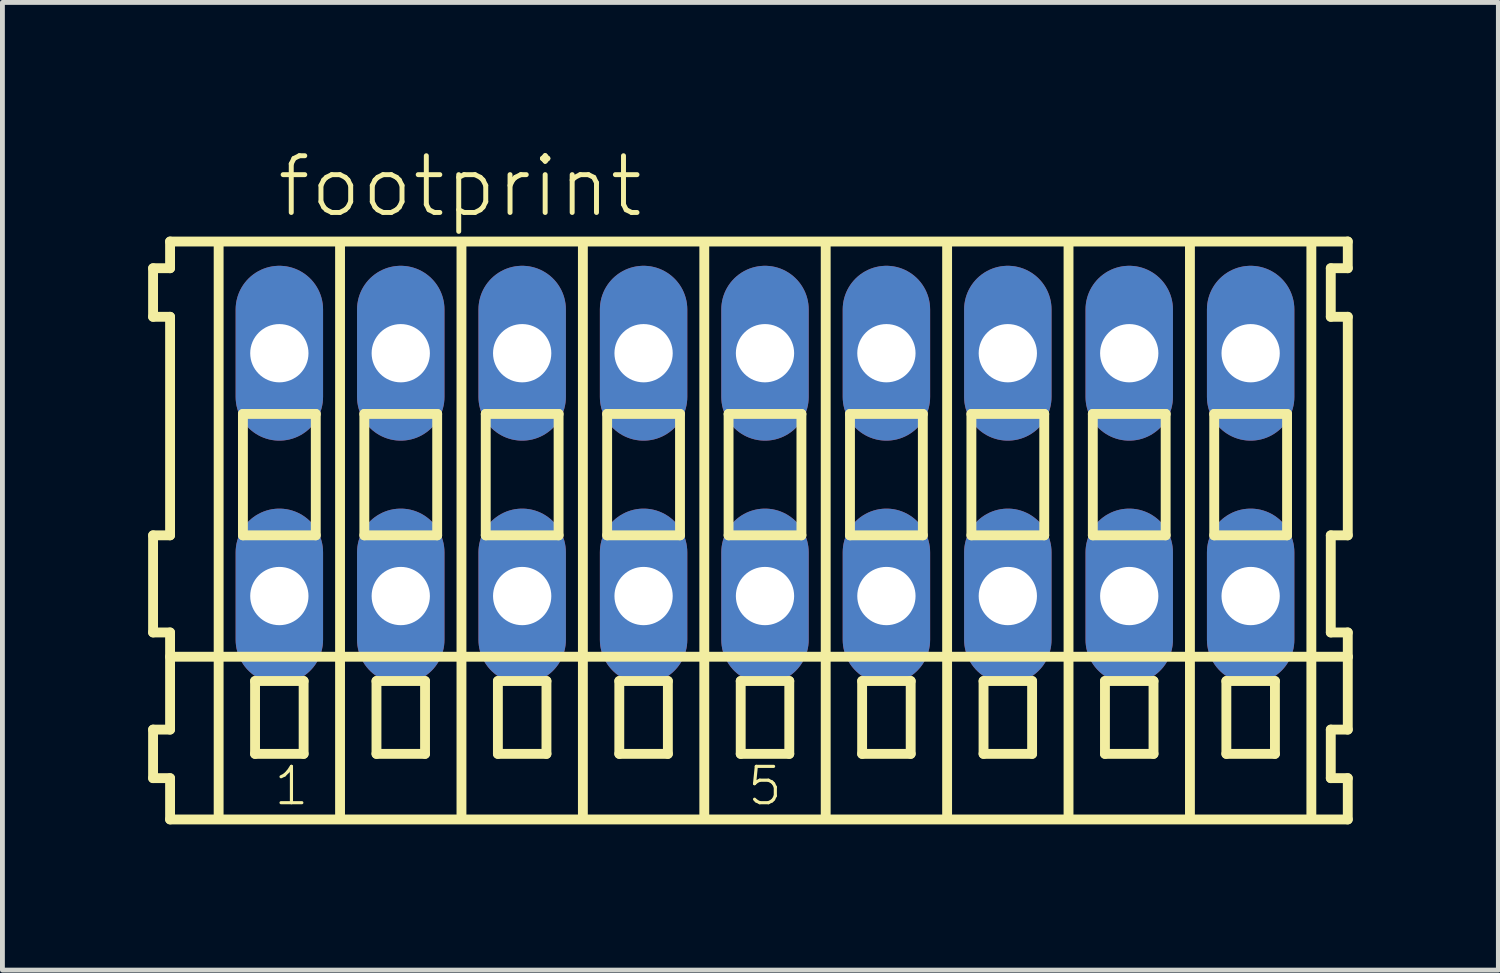
<source format=kicad_pcb>
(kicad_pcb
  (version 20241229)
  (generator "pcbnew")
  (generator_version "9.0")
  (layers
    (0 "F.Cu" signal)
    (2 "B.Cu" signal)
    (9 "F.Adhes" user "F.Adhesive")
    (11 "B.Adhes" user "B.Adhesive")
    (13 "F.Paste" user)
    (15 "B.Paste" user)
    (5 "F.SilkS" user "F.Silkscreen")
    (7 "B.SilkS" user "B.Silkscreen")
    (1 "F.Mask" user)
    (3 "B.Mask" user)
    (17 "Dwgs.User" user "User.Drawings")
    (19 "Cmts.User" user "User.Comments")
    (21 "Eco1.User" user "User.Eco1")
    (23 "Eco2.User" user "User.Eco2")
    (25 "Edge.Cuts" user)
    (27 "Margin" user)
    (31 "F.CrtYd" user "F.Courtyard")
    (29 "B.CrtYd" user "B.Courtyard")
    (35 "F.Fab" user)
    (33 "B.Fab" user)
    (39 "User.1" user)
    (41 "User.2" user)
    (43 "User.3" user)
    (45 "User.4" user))
  (footprint "footprint"
    (layer "F.Cu")
    (at 12.702 6.723)
    (property "Reference" "footprint" (at -10.1 -5.25 0) (layer "F.SilkS") (effects (font (size 1.168 1.168) (thickness 0.102)) (justify left bottom)))
    (fp_line (start -12.6 -4.25) (end -12.6 -3.25) (stroke (width 0.203) (type solid)) (layer "F.SilkS"))
    (fp_line (start -12.6 -3.25) (end -12.25 -3.25) (stroke (width 0.203) (type solid)) (layer "F.SilkS"))
    (fp_line (start -12.6 1.25) (end -12.6 3.25) (stroke (width 0.203) (type solid)) (layer "F.SilkS"))
    (fp_line (start -12.6 3.25) (end -12.25 3.25) (stroke (width 0.203) (type solid)) (layer "F.SilkS"))
    (fp_line (start -12.6 5.25) (end -12.6 6.25) (stroke (width 0.203) (type solid)) (layer "F.SilkS"))
    (fp_line (start -12.6 6.25) (end -12.25 6.25) (stroke (width 0.203) (type solid)) (layer "F.SilkS"))
    (fp_line (start -12.25 -4.8) (end -12.25 -4.25) (stroke (width 0.203) (type solid)) (layer "F.SilkS"))
    (fp_line (start -12.25 -4.25) (end -12.6 -4.25) (stroke (width 0.203) (type solid)) (layer "F.SilkS"))
    (fp_line (start -12.25 -3.25) (end -12.25 1.25) (stroke (width 0.203) (type solid)) (layer "F.SilkS"))
    (fp_line (start -12.25 1.25) (end -12.6 1.25) (stroke (width 0.203) (type solid)) (layer "F.SilkS"))
    (fp_line (start -12.25 3.25) (end -12.25 5.25) (stroke (width 0.203) (type solid)) (layer "F.SilkS"))
    (fp_line (start -12.25 3.75) (end 12 3.75) (stroke (width 0.203) (type solid)) (layer "F.SilkS"))
    (fp_line (start -12.25 5.25) (end -12.6 5.25) (stroke (width 0.203) (type solid)) (layer "F.SilkS"))
    (fp_line (start -12.25 6.25) (end -12.25 7.1) (stroke (width 0.203) (type solid)) (layer "F.SilkS"))
    (fp_line (start -12.25 7.1) (end 12 7.1) (stroke (width 0.203) (type solid)) (layer "F.SilkS"))
    (fp_line (start -11.25 -4.75) (end -11.25 7) (stroke (width 0.203) (type solid)) (layer "F.SilkS"))
    (fp_line (start -10.75 -1.25) (end -10.75 1.25) (stroke (width 0.203) (type solid)) (layer "F.SilkS"))
    (fp_line (start -10.75 1.25) (end -9.25 1.25) (stroke (width 0.203) (type solid)) (layer "F.SilkS"))
    (fp_line (start -10.5 4.25) (end -10.5 5.75) (stroke (width 0.203) (type solid)) (layer "F.SilkS"))
    (fp_line (start -10.5 5.75) (end -9.5 5.75) (stroke (width 0.203) (type solid)) (layer "F.SilkS"))
    (fp_line (start -9.5 4.25) (end -10.5 4.25) (stroke (width 0.203) (type solid)) (layer "F.SilkS"))
    (fp_line (start -9.5 5.75) (end -9.5 4.25) (stroke (width 0.203) (type solid)) (layer "F.SilkS"))
    (fp_line (start -9.25 -1.25) (end -10.75 -1.25) (stroke (width 0.203) (type solid)) (layer "F.SilkS"))
    (fp_line (start -9.25 1.25) (end -9.25 -1.25) (stroke (width 0.203) (type solid)) (layer "F.SilkS"))
    (fp_line (start -8.75 -4.75) (end -8.75 7) (stroke (width 0.203) (type solid)) (layer "F.SilkS"))
    (fp_line (start -8.25 -1.25) (end -8.25 1.25) (stroke (width 0.203) (type solid)) (layer "F.SilkS"))
    (fp_line (start -8.25 1.25) (end -6.75 1.25) (stroke (width 0.203) (type solid)) (layer "F.SilkS"))
    (fp_line (start -8 4.25) (end -8 5.75) (stroke (width 0.203) (type solid)) (layer "F.SilkS"))
    (fp_line (start -8 5.75) (end -7 5.75) (stroke (width 0.203) (type solid)) (layer "F.SilkS"))
    (fp_line (start -7 4.25) (end -8 4.25) (stroke (width 0.203) (type solid)) (layer "F.SilkS"))
    (fp_line (start -7 5.75) (end -7 4.25) (stroke (width 0.203) (type solid)) (layer "F.SilkS"))
    (fp_line (start -6.75 -1.25) (end -8.25 -1.25) (stroke (width 0.203) (type solid)) (layer "F.SilkS"))
    (fp_line (start -6.75 1.25) (end -6.75 -1.25) (stroke (width 0.203) (type solid)) (layer "F.SilkS"))
    (fp_line (start -6.25 -4.75) (end -6.25 7) (stroke (width 0.203) (type solid)) (layer "F.SilkS"))
    (fp_line (start -5.75 -1.25) (end -5.75 1.25) (stroke (width 0.203) (type solid)) (layer "F.SilkS"))
    (fp_line (start -5.75 1.25) (end -4.25 1.25) (stroke (width 0.203) (type solid)) (layer "F.SilkS"))
    (fp_line (start -5.5 4.25) (end -5.5 5.75) (stroke (width 0.203) (type solid)) (layer "F.SilkS"))
    (fp_line (start -5.5 5.75) (end -4.5 5.75) (stroke (width 0.203) (type solid)) (layer "F.SilkS"))
    (fp_line (start -4.5 4.25) (end -5.5 4.25) (stroke (width 0.203) (type solid)) (layer "F.SilkS"))
    (fp_line (start -4.5 5.75) (end -4.5 4.25) (stroke (width 0.203) (type solid)) (layer "F.SilkS"))
    (fp_line (start -4.25 -1.25) (end -5.75 -1.25) (stroke (width 0.203) (type solid)) (layer "F.SilkS"))
    (fp_line (start -4.25 1.25) (end -4.25 -1.25) (stroke (width 0.203) (type solid)) (layer "F.SilkS"))
    (fp_line (start -3.75 -4.75) (end -3.75 7) (stroke (width 0.203) (type solid)) (layer "F.SilkS"))
    (fp_line (start -3.25 -1.25) (end -3.25 1.25) (stroke (width 0.203) (type solid)) (layer "F.SilkS"))
    (fp_line (start -3.25 1.25) (end -1.75 1.25) (stroke (width 0.203) (type solid)) (layer "F.SilkS"))
    (fp_line (start -3 4.25) (end -3 5.75) (stroke (width 0.203) (type solid)) (layer "F.SilkS"))
    (fp_line (start -3 5.75) (end -2 5.75) (stroke (width 0.203) (type solid)) (layer "F.SilkS"))
    (fp_line (start -2 4.25) (end -3 4.25) (stroke (width 0.203) (type solid)) (layer "F.SilkS"))
    (fp_line (start -2 5.75) (end -2 4.25) (stroke (width 0.203) (type solid)) (layer "F.SilkS"))
    (fp_line (start -1.75 -1.25) (end -3.25 -1.25) (stroke (width 0.203) (type solid)) (layer "F.SilkS"))
    (fp_line (start -1.75 1.25) (end -1.75 -1.25) (stroke (width 0.203) (type solid)) (layer "F.SilkS"))
    (fp_line (start -1.25 -4.75) (end -1.25 7) (stroke (width 0.203) (type solid)) (layer "F.SilkS"))
    (fp_line (start -0.75 -1.25) (end -0.75 1.25) (stroke (width 0.203) (type solid)) (layer "F.SilkS"))
    (fp_line (start -0.75 1.25) (end 0.75 1.25) (stroke (width 0.203) (type solid)) (layer "F.SilkS"))
    (fp_line (start -0.5 4.25) (end -0.5 5.75) (stroke (width 0.203) (type solid)) (layer "F.SilkS"))
    (fp_line (start -0.5 5.75) (end 0.5 5.75) (stroke (width 0.203) (type solid)) (layer "F.SilkS"))
    (fp_line (start 0.5 4.25) (end -0.5 4.25) (stroke (width 0.203) (type solid)) (layer "F.SilkS"))
    (fp_line (start 0.5 5.75) (end 0.5 4.25) (stroke (width 0.203) (type solid)) (layer "F.SilkS"))
    (fp_line (start 0.75 -1.25) (end -0.75 -1.25) (stroke (width 0.203) (type solid)) (layer "F.SilkS"))
    (fp_line (start 0.75 1.25) (end 0.75 -1.25) (stroke (width 0.203) (type solid)) (layer "F.SilkS"))
    (fp_line (start 1.25 -4.75) (end 1.25 7) (stroke (width 0.203) (type solid)) (layer "F.SilkS"))
    (fp_line (start 1.75 -1.25) (end 1.75 1.25) (stroke (width 0.203) (type solid)) (layer "F.SilkS"))
    (fp_line (start 1.75 1.25) (end 3.25 1.25) (stroke (width 0.203) (type solid)) (layer "F.SilkS"))
    (fp_line (start 2 4.25) (end 2 5.75) (stroke (width 0.203) (type solid)) (layer "F.SilkS"))
    (fp_line (start 2 5.75) (end 3 5.75) (stroke (width 0.203) (type solid)) (layer "F.SilkS"))
    (fp_line (start 3 4.25) (end 2 4.25) (stroke (width 0.203) (type solid)) (layer "F.SilkS"))
    (fp_line (start 3 5.75) (end 3 4.25) (stroke (width 0.203) (type solid)) (layer "F.SilkS"))
    (fp_line (start 3.25 -1.25) (end 1.75 -1.25) (stroke (width 0.203) (type solid)) (layer "F.SilkS"))
    (fp_line (start 3.25 1.25) (end 3.25 -1.25) (stroke (width 0.203) (type solid)) (layer "F.SilkS"))
    (fp_line (start 3.75 -4.75) (end 3.75 7) (stroke (width 0.203) (type solid)) (layer "F.SilkS"))
    (fp_line (start 4.25 -1.25) (end 4.25 1.25) (stroke (width 0.203) (type solid)) (layer "F.SilkS"))
    (fp_line (start 4.25 1.25) (end 5.75 1.25) (stroke (width 0.203) (type solid)) (layer "F.SilkS"))
    (fp_line (start 4.5 4.25) (end 4.5 5.75) (stroke (width 0.203) (type solid)) (layer "F.SilkS"))
    (fp_line (start 4.5 5.75) (end 5.5 5.75) (stroke (width 0.203) (type solid)) (layer "F.SilkS"))
    (fp_line (start 5.5 4.25) (end 4.5 4.25) (stroke (width 0.203) (type solid)) (layer "F.SilkS"))
    (fp_line (start 5.5 5.75) (end 5.5 4.25) (stroke (width 0.203) (type solid)) (layer "F.SilkS"))
    (fp_line (start 5.75 -1.25) (end 4.25 -1.25) (stroke (width 0.203) (type solid)) (layer "F.SilkS"))
    (fp_line (start 5.75 1.25) (end 5.75 -1.25) (stroke (width 0.203) (type solid)) (layer "F.SilkS"))
    (fp_line (start 6.25 -4.75) (end 6.25 7) (stroke (width 0.203) (type solid)) (layer "F.SilkS"))
    (fp_line (start 6.75 -1.25) (end 6.75 1.25) (stroke (width 0.203) (type solid)) (layer "F.SilkS"))
    (fp_line (start 6.75 1.25) (end 8.25 1.25) (stroke (width 0.203) (type solid)) (layer "F.SilkS"))
    (fp_line (start 7 4.25) (end 7 5.75) (stroke (width 0.203) (type solid)) (layer "F.SilkS"))
    (fp_line (start 7 5.75) (end 8 5.75) (stroke (width 0.203) (type solid)) (layer "F.SilkS"))
    (fp_line (start 8 4.25) (end 7 4.25) (stroke (width 0.203) (type solid)) (layer "F.SilkS"))
    (fp_line (start 8 5.75) (end 8 4.25) (stroke (width 0.203) (type solid)) (layer "F.SilkS"))
    (fp_line (start 8.25 -1.25) (end 6.75 -1.25) (stroke (width 0.203) (type solid)) (layer "F.SilkS"))
    (fp_line (start 8.25 1.25) (end 8.25 -1.25) (stroke (width 0.203) (type solid)) (layer "F.SilkS"))
    (fp_line (start 8.75 -4.75) (end 8.75 7) (stroke (width 0.203) (type solid)) (layer "F.SilkS"))
    (fp_line (start 9.25 -1.25) (end 9.25 1.25) (stroke (width 0.203) (type solid)) (layer "F.SilkS"))
    (fp_line (start 9.25 1.25) (end 10.75 1.25) (stroke (width 0.203) (type solid)) (layer "F.SilkS"))
    (fp_line (start 9.5 4.25) (end 9.5 5.75) (stroke (width 0.203) (type solid)) (layer "F.SilkS"))
    (fp_line (start 9.5 5.75) (end 10.5 5.75) (stroke (width 0.203) (type solid)) (layer "F.SilkS"))
    (fp_line (start 10.5 4.25) (end 9.5 4.25) (stroke (width 0.203) (type solid)) (layer "F.SilkS"))
    (fp_line (start 10.5 5.75) (end 10.5 4.25) (stroke (width 0.203) (type solid)) (layer "F.SilkS"))
    (fp_line (start 10.75 -1.25) (end 9.25 -1.25) (stroke (width 0.203) (type solid)) (layer "F.SilkS"))
    (fp_line (start 10.75 1.25) (end 10.75 -1.25) (stroke (width 0.203) (type solid)) (layer "F.SilkS"))
    (fp_line (start 11.25 -4.75) (end 11.25 7) (stroke (width 0.203) (type solid)) (layer "F.SilkS"))
    (fp_line (start 11.65 -4.25) (end 11.65 -3.25) (stroke (width 0.203) (type solid)) (layer "F.SilkS"))
    (fp_line (start 11.65 -3.25) (end 12 -3.25) (stroke (width 0.203) (type solid)) (layer "F.SilkS"))
    (fp_line (start 11.65 1.25) (end 11.65 3.25) (stroke (width 0.203) (type solid)) (layer "F.SilkS"))
    (fp_line (start 11.65 3.25) (end 12 3.25) (stroke (width 0.203) (type solid)) (layer "F.SilkS"))
    (fp_line (start 11.65 5.25) (end 11.65 6.25) (stroke (width 0.203) (type solid)) (layer "F.SilkS"))
    (fp_line (start 11.65 6.25) (end 12 6.25) (stroke (width 0.203) (type solid)) (layer "F.SilkS"))
    (fp_line (start 12 -4.8) (end -12.25 -4.8) (stroke (width 0.203) (type solid)) (layer "F.SilkS"))
    (fp_line (start 12 -4.25) (end 11.65 -4.25) (stroke (width 0.203) (type solid)) (layer "F.SilkS"))
    (fp_line (start 12 -4.25) (end 12 -4.8) (stroke (width 0.203) (type solid)) (layer "F.SilkS"))
    (fp_line (start 12 1.25) (end 11.65 1.25) (stroke (width 0.203) (type solid)) (layer "F.SilkS"))
    (fp_line (start 12 1.25) (end 12 -3.25) (stroke (width 0.203) (type solid)) (layer "F.SilkS"))
    (fp_line (start 12 3.75) (end 12 3.25) (stroke (width 0.203) (type solid)) (layer "F.SilkS"))
    (fp_line (start 12 5.25) (end 11.65 5.25) (stroke (width 0.203) (type solid)) (layer "F.SilkS"))
    (fp_line (start 12 5.25) (end 12 3.75) (stroke (width 0.203) (type solid)) (layer "F.SilkS"))
    (fp_line (start 12 7.1) (end 12 6.25) (stroke (width 0.203) (type solid)) (layer "F.SilkS"))
    (fp_text user "1" (at -10.15 6.85 0) (layer "F.SilkS") (effects (font (size 0.748 0.748) (thickness 0.065)) (justify left bottom)))
    (fp_text user "5" (at -0.4 6.85 0) (layer "F.SilkS") (effects (font (size 0.748 0.748) (thickness 0.065)) (justify left bottom)))
    (pad "A1" thru_hole oval (at -10 -2.5 90) (size 3.6 1.8) (drill 1.2) (layers "*.Cu" "*.Mask"))
    (pad "A2" thru_hole oval (at -7.5 -2.5 90) (size 3.6 1.8) (drill 1.2) (layers "*.Cu" "*.Mask"))
    (pad "A3" thru_hole oval (at -5 -2.5 90) (size 3.6 1.8) (drill 1.2) (layers "*.Cu" "*.Mask"))
    (pad "A4" thru_hole oval (at -2.5 -2.5 90) (size 3.6 1.8) (drill 1.2) (layers "*.Cu" "*.Mask"))
    (pad "A5" thru_hole oval (at 0 -2.5 90) (size 3.6 1.8) (drill 1.2) (layers "*.Cu" "*.Mask"))
    (pad "A6" thru_hole oval (at 2.5 -2.5 90) (size 3.6 1.8) (drill 1.2) (layers "*.Cu" "*.Mask"))
    (pad "A7" thru_hole oval (at 5 -2.5 90) (size 3.6 1.8) (drill 1.2) (layers "*.Cu" "*.Mask"))
    (pad "A8" thru_hole oval (at 7.5 -2.5 90) (size 3.6 1.8) (drill 1.2) (layers "*.Cu" "*.Mask"))
    (pad "A9" thru_hole oval (at 10 -2.5 90) (size 3.6 1.8) (drill 1.2) (layers "*.Cu" "*.Mask"))
    (pad "B1" thru_hole oval (at -10 2.5 90) (size 3.6 1.8) (drill 1.2) (layers "*.Cu" "*.Mask"))
    (pad "B2" thru_hole oval (at -7.5 2.5 90) (size 3.6 1.8) (drill 1.2) (layers "*.Cu" "*.Mask"))
    (pad "B3" thru_hole oval (at -5 2.5 90) (size 3.6 1.8) (drill 1.2) (layers "*.Cu" "*.Mask"))
    (pad "B4" thru_hole oval (at -2.5 2.5 90) (size 3.6 1.8) (drill 1.2) (layers "*.Cu" "*.Mask"))
    (pad "B5" thru_hole oval (at 0 2.5 90) (size 3.6 1.8) (drill 1.2) (layers "*.Cu" "*.Mask"))
    (pad "B6" thru_hole oval (at 2.5 2.5 90) (size 3.6 1.8) (drill 1.2) (layers "*.Cu" "*.Mask"))
    (pad "B7" thru_hole oval (at 5 2.5 90) (size 3.6 1.8) (drill 1.2) (layers "*.Cu" "*.Mask"))
    (pad "B8" thru_hole oval (at 7.5 2.5 90) (size 3.6 1.8) (drill 1.2) (layers "*.Cu" "*.Mask"))
    (pad "B9" thru_hole oval (at 10 2.5 90) (size 3.6 1.8) (drill 1.2) (layers "*.Cu" "*.Mask")))
  (gr_rect
    (start -3 -3)
    (end 27.803 16.925)
    (stroke (width 0.1) (type default))
    (fill no)
    (layer "Edge.Cuts")))
</source>
